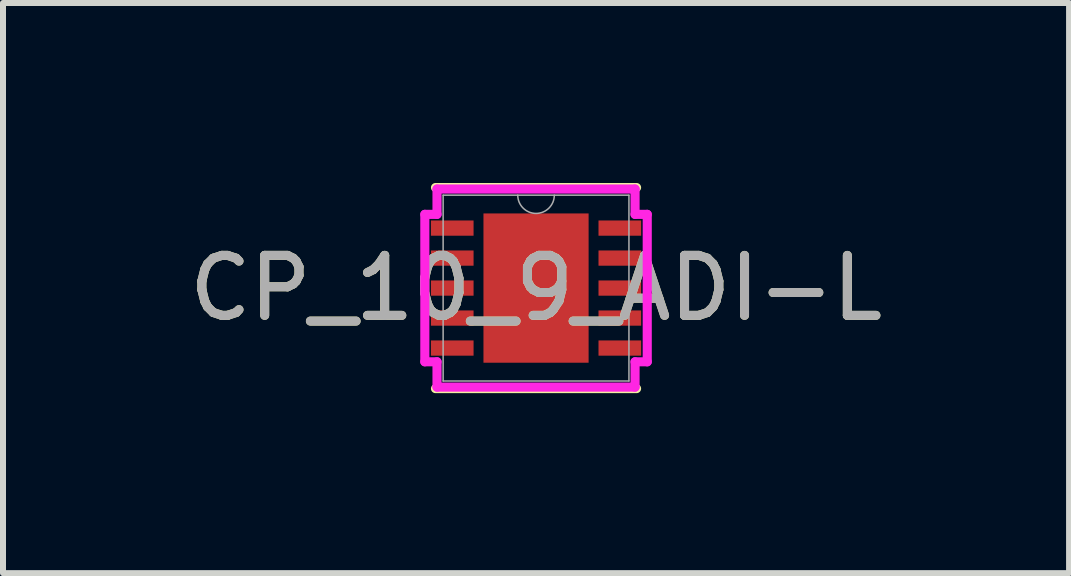
<source format=kicad_pcb>
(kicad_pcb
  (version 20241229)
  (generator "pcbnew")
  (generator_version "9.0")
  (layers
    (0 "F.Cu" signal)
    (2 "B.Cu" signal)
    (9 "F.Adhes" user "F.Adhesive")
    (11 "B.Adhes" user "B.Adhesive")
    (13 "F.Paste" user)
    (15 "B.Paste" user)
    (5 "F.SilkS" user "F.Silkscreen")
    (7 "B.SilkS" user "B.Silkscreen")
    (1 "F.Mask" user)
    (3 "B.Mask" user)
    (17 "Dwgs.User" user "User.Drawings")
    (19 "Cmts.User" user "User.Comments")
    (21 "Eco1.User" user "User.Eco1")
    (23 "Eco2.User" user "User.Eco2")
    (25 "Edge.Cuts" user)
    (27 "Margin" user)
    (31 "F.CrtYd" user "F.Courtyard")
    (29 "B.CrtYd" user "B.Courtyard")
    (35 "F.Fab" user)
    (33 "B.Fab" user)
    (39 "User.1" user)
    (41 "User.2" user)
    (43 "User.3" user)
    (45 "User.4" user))
  (footprint "CP_10_9_ADI-L"
    (layer "F.Cu")
    (at 5.887 1.753)
    (property "Reference" "CP_10_9_ADI-L" (at 0 0 0) (unlocked yes) (layer "F.SilkS") (effects (font (size 1 1) (thickness 0.15))))
    (attr smd)
    (fp_line (start -1.676 1.676) (end 1.676 1.676) (stroke (width 0.152) (type solid)) (layer "F.SilkS"))
    (fp_line (start 1.676 -1.676) (end -1.676 -1.676) (stroke (width 0.152) (type solid)) (layer "F.SilkS"))
    (fp_line (start -1.854 -1.229) (end -1.651 -1.229) (stroke (width 0.152) (type solid)) (layer "F.CrtYd"))
    (fp_line (start -1.854 1.229) (end -1.854 -1.229) (stroke (width 0.152) (type solid)) (layer "F.CrtYd"))
    (fp_line (start -1.854 1.229) (end -1.651 1.229) (stroke (width 0.152) (type solid)) (layer "F.CrtYd"))
    (fp_line (start -1.651 -1.651) (end 1.651 -1.651) (stroke (width 0.152) (type solid)) (layer "F.CrtYd"))
    (fp_line (start -1.651 -1.229) (end -1.651 -1.651) (stroke (width 0.152) (type solid)) (layer "F.CrtYd"))
    (fp_line (start -1.651 1.651) (end -1.651 1.229) (stroke (width 0.152) (type solid)) (layer "F.CrtYd"))
    (fp_line (start 1.651 -1.651) (end 1.651 -1.229) (stroke (width 0.152) (type solid)) (layer "F.CrtYd"))
    (fp_line (start 1.651 1.229) (end 1.651 1.651) (stroke (width 0.152) (type solid)) (layer "F.CrtYd"))
    (fp_line (start 1.651 1.651) (end -1.651 1.651) (stroke (width 0.152) (type solid)) (layer "F.CrtYd"))
    (fp_line (start 1.854 -1.229) (end 1.651 -1.229) (stroke (width 0.152) (type solid)) (layer "F.CrtYd"))
    (fp_line (start 1.854 -1.229) (end 1.854 1.229) (stroke (width 0.152) (type solid)) (layer "F.CrtYd"))
    (fp_line (start 1.854 1.229) (end 1.651 1.229) (stroke (width 0.152) (type solid)) (layer "F.CrtYd"))
    (fp_line (start -1.549 -1.549) (end -1.549 1.549) (stroke (width 0.025) (type solid)) (layer "F.Fab"))
    (fp_line (start -1.549 1.549) (end 1.549 1.549) (stroke (width 0.025) (type solid)) (layer "F.Fab"))
    (fp_line (start 1.549 -1.549) (end -1.549 -1.549) (stroke (width 0.025) (type solid)) (layer "F.Fab"))
    (fp_line (start 1.549 1.549) (end 1.549 -1.549) (stroke (width 0.025) (type solid)) (layer "F.Fab"))
    (fp_arc (start 0.3048 -1.5494) (mid 0 -1.2446) (end -0.3048 -1.5494) (stroke (width 0.0254) (type solid)) (layer "F.Fab"))
    (fp_text user "${REFERENCE}" (at 0 0 0) (unlocked yes) (layer "F.Fab") (effects (font (size 1 1) (thickness 0.15))))
    (pad "1" smd rect (at -1.397 -1) (size 0.711 0.254) (layers "F.Cu" "F.Mask" "F.Paste"))
    (pad "2" smd rect (at -1.397 -0.5) (size 0.711 0.254) (layers "F.Cu" "F.Mask" "F.Paste"))
    (pad "3" smd rect (at -1.397 0) (size 0.711 0.254) (layers "F.Cu" "F.Mask" "F.Paste"))
    (pad "4" smd rect (at -1.397 0.5) (size 0.711 0.254) (layers "F.Cu" "F.Mask" "F.Paste"))
    (pad "5" smd rect (at -1.397 1) (size 0.711 0.254) (layers "F.Cu" "F.Mask" "F.Paste"))
    (pad "6" smd rect (at 1.397 1) (size 0.711 0.254) (layers "F.Cu" "F.Mask" "F.Paste"))
    (pad "7" smd rect (at 1.397 0.5) (size 0.711 0.254) (layers "F.Cu" "F.Mask" "F.Paste"))
    (pad "8" smd rect (at 1.397 0) (size 0.711 0.254) (layers "F.Cu" "F.Mask" "F.Paste"))
    (pad "9" smd rect (at 1.397 -0.5) (size 0.711 0.254) (layers "F.Cu" "F.Mask" "F.Paste"))
    (pad "10" smd rect (at 1.397 -1) (size 0.711 0.254) (layers "F.Cu" "F.Mask" "F.Paste"))
    (pad "11" smd rect (at 0 0) (size 1.753 2.489) (layers "F.Cu" "F.Mask" "F.Paste")))
  (gr_rect
    (start -3 -3)
    (end 14.774 6.505)
    (stroke (width 0.1) (type default))
    (fill no)
    (layer "Edge.Cuts")))
</source>
